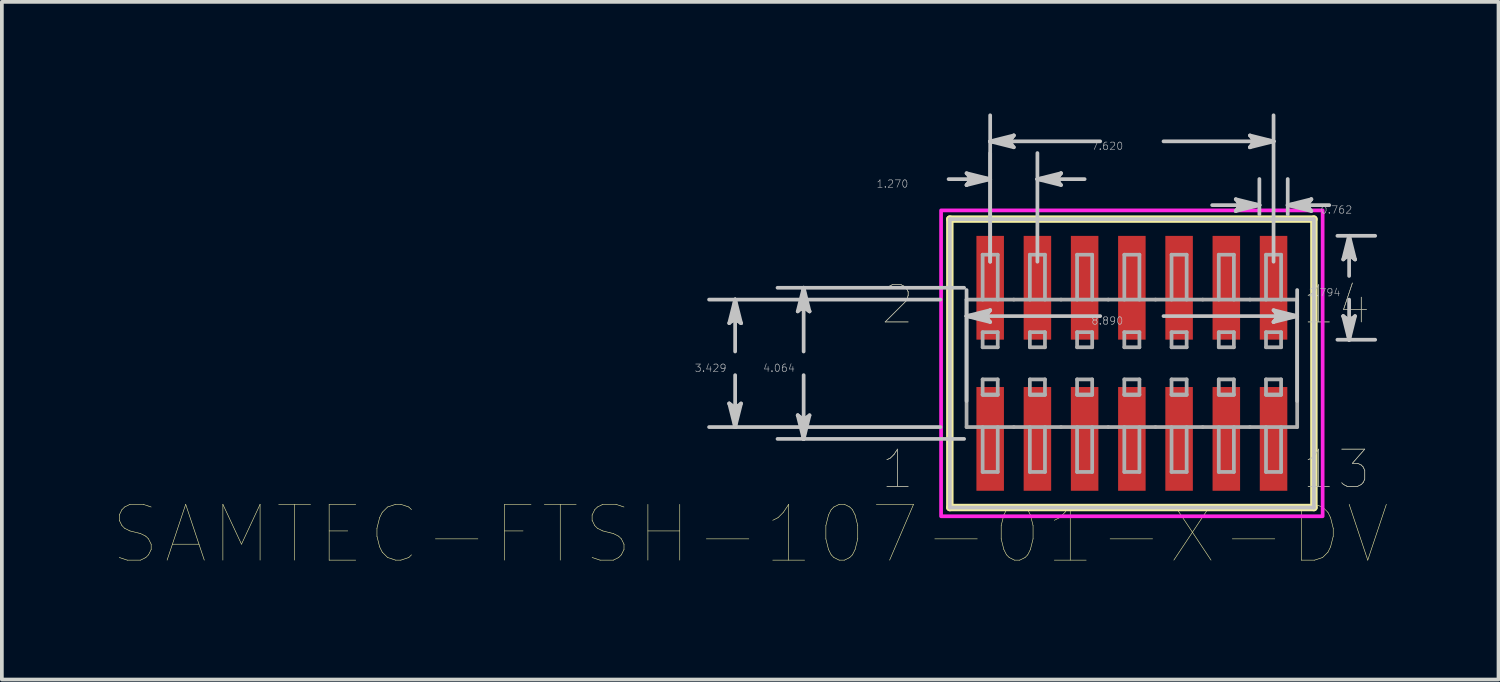
<source format=kicad_pcb>
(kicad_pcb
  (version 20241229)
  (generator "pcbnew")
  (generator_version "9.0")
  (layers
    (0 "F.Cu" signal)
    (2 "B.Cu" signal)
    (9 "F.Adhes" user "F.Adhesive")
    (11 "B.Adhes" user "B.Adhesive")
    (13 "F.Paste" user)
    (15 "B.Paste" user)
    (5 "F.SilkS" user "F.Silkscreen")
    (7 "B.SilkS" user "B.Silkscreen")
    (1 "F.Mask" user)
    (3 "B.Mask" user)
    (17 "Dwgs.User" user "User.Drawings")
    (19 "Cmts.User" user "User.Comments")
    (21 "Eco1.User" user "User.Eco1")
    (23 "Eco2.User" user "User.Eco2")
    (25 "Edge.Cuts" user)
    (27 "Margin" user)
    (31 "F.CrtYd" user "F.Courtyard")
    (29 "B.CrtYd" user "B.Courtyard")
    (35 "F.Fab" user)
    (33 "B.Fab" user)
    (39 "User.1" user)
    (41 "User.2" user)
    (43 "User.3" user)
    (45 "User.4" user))
  (footprint "SAMTEC-FTSH-107-01-X-DV"
    (layer "F.Cu")
    (at 27.386 6.72)
    (property "Reference" "SAMTEC-FTSH-107-01-X-DV" (at -10.264 4.599 0) (layer "F.SilkS") (effects (font (size 1.5 1.5) (thickness 0.015))))
    (attr through_hole)
    (fp_poly (pts (xy -4.231 -3.478) (xy -3.389 -3.478) (xy -3.389 -0.586) (xy -4.231 -0.586)) (stroke (width 0.01) (type solid)) (fill yes) (layer "F.Mask"))
    (fp_poly (pts (xy -4.231 0.586) (xy -3.389 0.586) (xy -3.389 3.478) (xy -4.231 3.478)) (stroke (width 0.01) (type solid)) (fill yes) (layer "F.Mask"))
    (fp_poly (pts (xy -2.961 -3.478) (xy -2.119 -3.478) (xy -2.119 -0.586) (xy -2.961 -0.586)) (stroke (width 0.01) (type solid)) (fill yes) (layer "F.Mask"))
    (fp_poly (pts (xy -2.961 0.586) (xy -2.119 0.586) (xy -2.119 3.478) (xy -2.961 3.478)) (stroke (width 0.01) (type solid)) (fill yes) (layer "F.Mask"))
    (fp_poly (pts (xy -1.691 -3.478) (xy -0.849 -3.478) (xy -0.849 -0.586) (xy -1.691 -0.586)) (stroke (width 0.01) (type solid)) (fill yes) (layer "F.Mask"))
    (fp_poly (pts (xy -1.691 0.586) (xy -0.849 0.586) (xy -0.849 3.478) (xy -1.691 3.478)) (stroke (width 0.01) (type solid)) (fill yes) (layer "F.Mask"))
    (fp_poly (pts (xy -0.421 -3.478) (xy 0.421 -3.478) (xy 0.421 -0.586) (xy -0.421 -0.586)) (stroke (width 0.01) (type solid)) (fill yes) (layer "F.Mask"))
    (fp_poly (pts (xy -0.421 0.586) (xy 0.421 0.586) (xy 0.421 3.478) (xy -0.421 3.478)) (stroke (width 0.01) (type solid)) (fill yes) (layer "F.Mask"))
    (fp_poly (pts (xy 0.849 -3.478) (xy 1.691 -3.478) (xy 1.691 -0.586) (xy 0.849 -0.586)) (stroke (width 0.01) (type solid)) (fill yes) (layer "F.Mask"))
    (fp_poly (pts (xy 0.849 0.586) (xy 1.691 0.586) (xy 1.691 3.478) (xy 0.849 3.478)) (stroke (width 0.01) (type solid)) (fill yes) (layer "F.Mask"))
    (fp_poly (pts (xy 2.119 -3.478) (xy 2.961 -3.478) (xy 2.961 -0.586) (xy 2.119 -0.586)) (stroke (width 0.01) (type solid)) (fill yes) (layer "F.Mask"))
    (fp_poly (pts (xy 2.119 0.586) (xy 2.961 0.586) (xy 2.961 3.478) (xy 2.119 3.478)) (stroke (width 0.01) (type solid)) (fill yes) (layer "F.Mask"))
    (fp_poly (pts (xy 3.389 -3.478) (xy 4.231 -3.478) (xy 4.231 -0.586) (xy 3.389 -0.586)) (stroke (width 0.01) (type solid)) (fill yes) (layer "F.Mask"))
    (fp_poly (pts (xy 3.389 0.586) (xy 4.231 0.586) (xy 4.231 3.478) (xy 3.389 3.478)) (stroke (width 0.01) (type solid)) (fill yes) (layer "F.Mask"))
    (fp_line (start -4.895 -3.878) (end -4.895 3.878) (stroke (width 0.2) (type solid)) (layer "F.SilkS"))
    (fp_line (start -4.895 3.878) (end 4.895 3.878) (stroke (width 0.2) (type solid)) (layer "F.SilkS"))
    (fp_line (start 4.895 -3.878) (end -4.895 -3.878) (stroke (width 0.2) (type solid)) (layer "F.SilkS"))
    (fp_line (start 4.895 3.878) (end 4.895 -3.878) (stroke (width 0.2) (type solid)) (layer "F.SilkS"))
    (fp_poly (pts (xy -4.18 -3.427) (xy -3.44 -3.427) (xy -3.44 -0.637) (xy -4.18 -0.637)) (stroke (width 0.01) (type solid)) (fill yes) (layer "F.Paste"))
    (fp_poly (pts (xy -4.18 0.637) (xy -3.44 0.637) (xy -3.44 3.427) (xy -4.18 3.427)) (stroke (width 0.01) (type solid)) (fill yes) (layer "F.Paste"))
    (fp_poly (pts (xy -2.91 -3.427) (xy -2.17 -3.427) (xy -2.17 -0.637) (xy -2.91 -0.637)) (stroke (width 0.01) (type solid)) (fill yes) (layer "F.Paste"))
    (fp_poly (pts (xy -2.91 0.637) (xy -2.17 0.637) (xy -2.17 3.427) (xy -2.91 3.427)) (stroke (width 0.01) (type solid)) (fill yes) (layer "F.Paste"))
    (fp_poly (pts (xy -1.64 -3.427) (xy -0.9 -3.427) (xy -0.9 -0.637) (xy -1.64 -0.637)) (stroke (width 0.01) (type solid)) (fill yes) (layer "F.Paste"))
    (fp_poly (pts (xy -1.64 0.637) (xy -0.9 0.637) (xy -0.9 3.427) (xy -1.64 3.427)) (stroke (width 0.01) (type solid)) (fill yes) (layer "F.Paste"))
    (fp_poly (pts (xy -0.37 -3.427) (xy 0.37 -3.427) (xy 0.37 -0.637) (xy -0.37 -0.637)) (stroke (width 0.01) (type solid)) (fill yes) (layer "F.Paste"))
    (fp_poly (pts (xy -0.37 0.637) (xy 0.37 0.637) (xy 0.37 3.427) (xy -0.37 3.427)) (stroke (width 0.01) (type solid)) (fill yes) (layer "F.Paste"))
    (fp_poly (pts (xy 0.9 -3.427) (xy 1.64 -3.427) (xy 1.64 -0.637) (xy 0.9 -0.637)) (stroke (width 0.01) (type solid)) (fill yes) (layer "F.Paste"))
    (fp_poly (pts (xy 0.9 0.637) (xy 1.64 0.637) (xy 1.64 3.427) (xy 0.9 3.427)) (stroke (width 0.01) (type solid)) (fill yes) (layer "F.Paste"))
    (fp_poly (pts (xy 2.17 -3.427) (xy 2.91 -3.427) (xy 2.91 -0.637) (xy 2.17 -0.637)) (stroke (width 0.01) (type solid)) (fill yes) (layer "F.Paste"))
    (fp_poly (pts (xy 2.17 0.637) (xy 2.91 0.637) (xy 2.91 3.427) (xy 2.17 3.427)) (stroke (width 0.01) (type solid)) (fill yes) (layer "F.Paste"))
    (fp_poly (pts (xy 3.44 -3.427) (xy 4.18 -3.427) (xy 4.18 -0.637) (xy 3.44 -0.637)) (stroke (width 0.01) (type solid)) (fill yes) (layer "F.Paste"))
    (fp_poly (pts (xy 3.44 0.637) (xy 4.18 0.637) (xy 4.18 3.427) (xy 3.44 3.427)) (stroke (width 0.01) (type solid)) (fill yes) (layer "F.Paste"))
    (fp_line (start -10.827 -1.08) (end -10.668 -1.206) (stroke (width 0.1) (type solid)) (layer "Dwgs.User"))
    (fp_line (start -10.827 1.08) (end -10.668 1.714) (stroke (width 0.1) (type solid)) (layer "Dwgs.User"))
    (fp_line (start -10.747 -1.143) (end -10.668 -1.206) (stroke (width 0.1) (type solid)) (layer "Dwgs.User"))
    (fp_line (start -10.747 1.143) (end -10.827 1.08) (stroke (width 0.1) (type solid)) (layer "Dwgs.User"))
    (fp_line (start -10.668 -1.714) (end -10.827 -1.08) (stroke (width 0.1) (type solid)) (layer "Dwgs.User"))
    (fp_line (start -10.668 -1.714) (end -10.747 -1.143) (stroke (width 0.1) (type solid)) (layer "Dwgs.User"))
    (fp_line (start -10.668 -1.714) (end -10.589 -1.143) (stroke (width 0.1) (type solid)) (layer "Dwgs.User"))
    (fp_line (start -10.668 -1.206) (end -10.668 -1.714) (stroke (width 0.1) (type solid)) (layer "Dwgs.User"))
    (fp_line (start -10.668 -1.206) (end -10.509 -1.08) (stroke (width 0.1) (type solid)) (layer "Dwgs.User"))
    (fp_line (start -10.668 -0.318) (end -10.668 -1.714) (stroke (width 0.1) (type solid)) (layer "Dwgs.User"))
    (fp_line (start -10.668 0.318) (end -10.668 1.714) (stroke (width 0.1) (type solid)) (layer "Dwgs.User"))
    (fp_line (start -10.668 1.206) (end -10.827 1.08) (stroke (width 0.1) (type solid)) (layer "Dwgs.User"))
    (fp_line (start -10.668 1.206) (end -10.668 1.714) (stroke (width 0.1) (type solid)) (layer "Dwgs.User"))
    (fp_line (start -10.668 1.714) (end -10.747 1.143) (stroke (width 0.1) (type solid)) (layer "Dwgs.User"))
    (fp_line (start -10.668 1.714) (end -10.589 1.143) (stroke (width 0.1) (type solid)) (layer "Dwgs.User"))
    (fp_line (start -10.668 1.714) (end -10.509 1.08) (stroke (width 0.1) (type solid)) (layer "Dwgs.User"))
    (fp_line (start -10.589 -1.143) (end -10.509 -1.08) (stroke (width 0.1) (type solid)) (layer "Dwgs.User"))
    (fp_line (start -10.589 1.143) (end -10.668 1.206) (stroke (width 0.1) (type solid)) (layer "Dwgs.User"))
    (fp_line (start -10.509 -1.08) (end -10.668 -1.714) (stroke (width 0.1) (type solid)) (layer "Dwgs.User"))
    (fp_line (start -10.509 1.08) (end -10.668 1.206) (stroke (width 0.1) (type solid)) (layer "Dwgs.User"))
    (fp_line (start -8.985 -1.397) (end -8.826 -1.524) (stroke (width 0.1) (type solid)) (layer "Dwgs.User"))
    (fp_line (start -8.985 1.397) (end -8.826 2.032) (stroke (width 0.1) (type solid)) (layer "Dwgs.User"))
    (fp_line (start -8.906 -1.46) (end -8.826 -1.524) (stroke (width 0.1) (type solid)) (layer "Dwgs.User"))
    (fp_line (start -8.906 1.46) (end -8.985 1.397) (stroke (width 0.1) (type solid)) (layer "Dwgs.User"))
    (fp_line (start -8.826 -2.032) (end -8.985 -1.397) (stroke (width 0.1) (type solid)) (layer "Dwgs.User"))
    (fp_line (start -8.826 -2.032) (end -8.906 -1.46) (stroke (width 0.1) (type solid)) (layer "Dwgs.User"))
    (fp_line (start -8.826 -2.032) (end -8.747 -1.46) (stroke (width 0.1) (type solid)) (layer "Dwgs.User"))
    (fp_line (start -8.826 -1.524) (end -8.826 -2.032) (stroke (width 0.1) (type solid)) (layer "Dwgs.User"))
    (fp_line (start -8.826 -1.524) (end -8.668 -1.397) (stroke (width 0.1) (type solid)) (layer "Dwgs.User"))
    (fp_line (start -8.826 -0.318) (end -8.826 -2.032) (stroke (width 0.1) (type solid)) (layer "Dwgs.User"))
    (fp_line (start -8.826 0.318) (end -8.826 2.032) (stroke (width 0.1) (type solid)) (layer "Dwgs.User"))
    (fp_line (start -8.826 1.524) (end -8.985 1.397) (stroke (width 0.1) (type solid)) (layer "Dwgs.User"))
    (fp_line (start -8.826 1.524) (end -8.826 2.032) (stroke (width 0.1) (type solid)) (layer "Dwgs.User"))
    (fp_line (start -8.826 2.032) (end -8.906 1.46) (stroke (width 0.1) (type solid)) (layer "Dwgs.User"))
    (fp_line (start -8.826 2.032) (end -8.747 1.46) (stroke (width 0.1) (type solid)) (layer "Dwgs.User"))
    (fp_line (start -8.826 2.032) (end -8.668 1.397) (stroke (width 0.1) (type solid)) (layer "Dwgs.User"))
    (fp_line (start -8.747 -1.46) (end -8.668 -1.397) (stroke (width 0.1) (type solid)) (layer "Dwgs.User"))
    (fp_line (start -8.747 1.46) (end -8.826 1.524) (stroke (width 0.1) (type solid)) (layer "Dwgs.User"))
    (fp_line (start -8.668 -1.397) (end -8.826 -2.032) (stroke (width 0.1) (type solid)) (layer "Dwgs.User"))
    (fp_line (start -8.668 1.397) (end -8.826 1.524) (stroke (width 0.1) (type solid)) (layer "Dwgs.User"))
    (fp_line (start -5.146 -1.714) (end -11.369 -1.714) (stroke (width 0.1) (type solid)) (layer "Dwgs.User"))
    (fp_line (start -5.146 1.714) (end -11.369 1.714) (stroke (width 0.1) (type solid)) (layer "Dwgs.User"))
    (fp_line (start -4.928 -4.953) (end -3.81 -4.953) (stroke (width 0.1) (type solid)) (layer "Dwgs.User"))
    (fp_line (start -4.895 -3.878) (end -4.895 3.878) (stroke (width 0.1) (type solid)) (layer "Dwgs.User"))
    (fp_line (start -4.895 3.878) (end 4.895 3.878) (stroke (width 0.1) (type solid)) (layer "Dwgs.User"))
    (fp_line (start -4.511 -2.032) (end -9.528 -2.032) (stroke (width 0.1) (type solid)) (layer "Dwgs.User"))
    (fp_line (start -4.511 2.032) (end -9.528 2.032) (stroke (width 0.1) (type solid)) (layer "Dwgs.User"))
    (fp_line (start -4.445 -5.112) (end -4.318 -4.953) (stroke (width 0.1) (type solid)) (layer "Dwgs.User"))
    (fp_line (start -4.445 -4.794) (end -3.81 -4.953) (stroke (width 0.1) (type solid)) (layer "Dwgs.User"))
    (fp_line (start -4.445 -1.27) (end -3.874 -1.349) (stroke (width 0.1) (type solid)) (layer "Dwgs.User"))
    (fp_line (start -4.445 -1.27) (end -3.874 -1.191) (stroke (width 0.1) (type solid)) (layer "Dwgs.User"))
    (fp_line (start -4.445 -1.27) (end -3.81 -1.111) (stroke (width 0.1) (type solid)) (layer "Dwgs.User"))
    (fp_line (start -4.445 1.013) (end -4.445 -1.971) (stroke (width 0.1) (type solid)) (layer "Dwgs.User"))
    (fp_line (start -4.382 -5.032) (end -4.318 -4.953) (stroke (width 0.1) (type solid)) (layer "Dwgs.User"))
    (fp_line (start -4.382 -4.874) (end -4.445 -4.794) (stroke (width 0.1) (type solid)) (layer "Dwgs.User"))
    (fp_line (start -4.318 -4.953) (end -4.445 -4.794) (stroke (width 0.1) (type solid)) (layer "Dwgs.User"))
    (fp_line (start -4.318 -4.953) (end -3.81 -4.953) (stroke (width 0.1) (type solid)) (layer "Dwgs.User"))
    (fp_line (start -3.937 -1.27) (end -4.445 -1.27) (stroke (width 0.1) (type solid)) (layer "Dwgs.User"))
    (fp_line (start -3.937 -1.27) (end -3.81 -1.429) (stroke (width 0.1) (type solid)) (layer "Dwgs.User"))
    (fp_line (start -3.874 -1.349) (end -3.81 -1.429) (stroke (width 0.1) (type solid)) (layer "Dwgs.User"))
    (fp_line (start -3.874 -1.191) (end -3.937 -1.27) (stroke (width 0.1) (type solid)) (layer "Dwgs.User"))
    (fp_line (start -3.81 -5.969) (end -3.238 -6.048) (stroke (width 0.1) (type solid)) (layer "Dwgs.User"))
    (fp_line (start -3.81 -5.969) (end -3.238 -5.89) (stroke (width 0.1) (type solid)) (layer "Dwgs.User"))
    (fp_line (start -3.81 -5.969) (end -3.175 -5.81) (stroke (width 0.1) (type solid)) (layer "Dwgs.User"))
    (fp_line (start -3.81 -4.953) (end -4.445 -5.112) (stroke (width 0.1) (type solid)) (layer "Dwgs.User"))
    (fp_line (start -3.81 -4.953) (end -4.382 -5.032) (stroke (width 0.1) (type solid)) (layer "Dwgs.User"))
    (fp_line (start -3.81 -4.953) (end -4.382 -4.874) (stroke (width 0.1) (type solid)) (layer "Dwgs.User"))
    (fp_line (start -3.81 -2.733) (end -3.81 -6.67) (stroke (width 0.1) (type solid)) (layer "Dwgs.User"))
    (fp_line (start -3.81 -2.733) (end -3.81 -5.654) (stroke (width 0.1) (type solid)) (layer "Dwgs.User"))
    (fp_line (start -3.81 -1.429) (end -4.445 -1.27) (stroke (width 0.1) (type solid)) (layer "Dwgs.User"))
    (fp_line (start -3.81 -1.111) (end -3.937 -1.27) (stroke (width 0.1) (type solid)) (layer "Dwgs.User"))
    (fp_line (start -3.302 -5.969) (end -3.81 -5.969) (stroke (width 0.1) (type solid)) (layer "Dwgs.User"))
    (fp_line (start -3.302 -5.969) (end -3.175 -6.128) (stroke (width 0.1) (type solid)) (layer "Dwgs.User"))
    (fp_line (start -3.238 -6.048) (end -3.175 -6.128) (stroke (width 0.1) (type solid)) (layer "Dwgs.User"))
    (fp_line (start -3.238 -5.89) (end -3.302 -5.969) (stroke (width 0.1) (type solid)) (layer "Dwgs.User"))
    (fp_line (start -3.175 -6.128) (end -3.81 -5.969) (stroke (width 0.1) (type solid)) (layer "Dwgs.User"))
    (fp_line (start -3.175 -5.81) (end -3.302 -5.969) (stroke (width 0.1) (type solid)) (layer "Dwgs.User"))
    (fp_line (start -2.54 -4.953) (end -1.968 -5.032) (stroke (width 0.1) (type solid)) (layer "Dwgs.User"))
    (fp_line (start -2.54 -4.953) (end -1.968 -4.874) (stroke (width 0.1) (type solid)) (layer "Dwgs.User"))
    (fp_line (start -2.54 -4.953) (end -1.905 -4.794) (stroke (width 0.1) (type solid)) (layer "Dwgs.User"))
    (fp_line (start -2.54 -2.733) (end -2.54 -5.654) (stroke (width 0.1) (type solid)) (layer "Dwgs.User"))
    (fp_line (start -2.032 -4.953) (end -2.54 -4.953) (stroke (width 0.1) (type solid)) (layer "Dwgs.User"))
    (fp_line (start -2.032 -4.953) (end -1.905 -5.112) (stroke (width 0.1) (type solid)) (layer "Dwgs.User"))
    (fp_line (start -1.968 -5.032) (end -1.905 -5.112) (stroke (width 0.1) (type solid)) (layer "Dwgs.User"))
    (fp_line (start -1.968 -4.874) (end -2.032 -4.953) (stroke (width 0.1) (type solid)) (layer "Dwgs.User"))
    (fp_line (start -1.905 -5.112) (end -2.54 -4.953) (stroke (width 0.1) (type solid)) (layer "Dwgs.User"))
    (fp_line (start -1.905 -4.794) (end -2.032 -4.953) (stroke (width 0.1) (type solid)) (layer "Dwgs.User"))
    (fp_line (start -1.27 -4.953) (end -2.54 -4.953) (stroke (width 0.1) (type solid)) (layer "Dwgs.User"))
    (fp_line (start -0.851 -5.969) (end -3.81 -5.969) (stroke (width 0.1) (type solid)) (layer "Dwgs.User"))
    (fp_line (start -0.851 -1.27) (end -4.445 -1.27) (stroke (width 0.1) (type solid)) (layer "Dwgs.User"))
    (fp_line (start 0.851 -5.969) (end 3.81 -5.969) (stroke (width 0.1) (type solid)) (layer "Dwgs.User"))
    (fp_line (start 0.851 -1.27) (end 4.445 -1.27) (stroke (width 0.1) (type solid)) (layer "Dwgs.User"))
    (fp_line (start 2.159 -4.254) (end 3.429 -4.254) (stroke (width 0.1) (type solid)) (layer "Dwgs.User"))
    (fp_line (start 2.794 -4.413) (end 2.921 -4.254) (stroke (width 0.1) (type solid)) (layer "Dwgs.User"))
    (fp_line (start 2.794 -4.096) (end 3.429 -4.254) (stroke (width 0.1) (type solid)) (layer "Dwgs.User"))
    (fp_line (start 2.858 -4.334) (end 2.921 -4.254) (stroke (width 0.1) (type solid)) (layer "Dwgs.User"))
    (fp_line (start 2.858 -4.175) (end 2.794 -4.096) (stroke (width 0.1) (type solid)) (layer "Dwgs.User"))
    (fp_line (start 2.921 -4.254) (end 2.794 -4.096) (stroke (width 0.1) (type solid)) (layer "Dwgs.User"))
    (fp_line (start 2.921 -4.254) (end 3.429 -4.254) (stroke (width 0.1) (type solid)) (layer "Dwgs.User"))
    (fp_line (start 3.175 -6.128) (end 3.302 -5.969) (stroke (width 0.1) (type solid)) (layer "Dwgs.User"))
    (fp_line (start 3.175 -5.81) (end 3.81 -5.969) (stroke (width 0.1) (type solid)) (layer "Dwgs.User"))
    (fp_line (start 3.238 -6.048) (end 3.302 -5.969) (stroke (width 0.1) (type solid)) (layer "Dwgs.User"))
    (fp_line (start 3.238 -5.89) (end 3.175 -5.81) (stroke (width 0.1) (type solid)) (layer "Dwgs.User"))
    (fp_line (start 3.302 -5.969) (end 3.175 -5.81) (stroke (width 0.1) (type solid)) (layer "Dwgs.User"))
    (fp_line (start 3.302 -5.969) (end 3.81 -5.969) (stroke (width 0.1) (type solid)) (layer "Dwgs.User"))
    (fp_line (start 3.429 -4.254) (end 2.794 -4.413) (stroke (width 0.1) (type solid)) (layer "Dwgs.User"))
    (fp_line (start 3.429 -4.254) (end 2.858 -4.334) (stroke (width 0.1) (type solid)) (layer "Dwgs.User"))
    (fp_line (start 3.429 -4.254) (end 2.858 -4.175) (stroke (width 0.1) (type solid)) (layer "Dwgs.User"))
    (fp_line (start 3.429 -4.003) (end 3.429 -4.956) (stroke (width 0.1) (type solid)) (layer "Dwgs.User"))
    (fp_line (start 3.81 -5.969) (end 3.175 -6.128) (stroke (width 0.1) (type solid)) (layer "Dwgs.User"))
    (fp_line (start 3.81 -5.969) (end 3.238 -6.048) (stroke (width 0.1) (type solid)) (layer "Dwgs.User"))
    (fp_line (start 3.81 -5.969) (end 3.238 -5.89) (stroke (width 0.1) (type solid)) (layer "Dwgs.User"))
    (fp_line (start 3.81 -2.733) (end 3.81 -6.67) (stroke (width 0.1) (type solid)) (layer "Dwgs.User"))
    (fp_line (start 3.81 -1.429) (end 3.937 -1.27) (stroke (width 0.1) (type solid)) (layer "Dwgs.User"))
    (fp_line (start 3.81 -1.111) (end 4.445 -1.27) (stroke (width 0.1) (type solid)) (layer "Dwgs.User"))
    (fp_line (start 3.874 -1.349) (end 3.937 -1.27) (stroke (width 0.1) (type solid)) (layer "Dwgs.User"))
    (fp_line (start 3.874 -1.191) (end 3.81 -1.111) (stroke (width 0.1) (type solid)) (layer "Dwgs.User"))
    (fp_line (start 3.937 -1.27) (end 3.81 -1.111) (stroke (width 0.1) (type solid)) (layer "Dwgs.User"))
    (fp_line (start 3.937 -1.27) (end 4.445 -1.27) (stroke (width 0.1) (type solid)) (layer "Dwgs.User"))
    (fp_line (start 4.191 -4.254) (end 4.762 -4.334) (stroke (width 0.1) (type solid)) (layer "Dwgs.User"))
    (fp_line (start 4.191 -4.254) (end 4.762 -4.175) (stroke (width 0.1) (type solid)) (layer "Dwgs.User"))
    (fp_line (start 4.191 -4.254) (end 4.826 -4.096) (stroke (width 0.1) (type solid)) (layer "Dwgs.User"))
    (fp_line (start 4.191 -4.003) (end 4.191 -4.956) (stroke (width 0.1) (type solid)) (layer "Dwgs.User"))
    (fp_line (start 4.445 -1.27) (end 3.81 -1.429) (stroke (width 0.1) (type solid)) (layer "Dwgs.User"))
    (fp_line (start 4.445 -1.27) (end 3.874 -1.349) (stroke (width 0.1) (type solid)) (layer "Dwgs.User"))
    (fp_line (start 4.445 -1.27) (end 3.874 -1.191) (stroke (width 0.1) (type solid)) (layer "Dwgs.User"))
    (fp_line (start 4.445 1.013) (end 4.445 -1.971) (stroke (width 0.1) (type solid)) (layer "Dwgs.User"))
    (fp_line (start 4.699 -4.254) (end 4.191 -4.254) (stroke (width 0.1) (type solid)) (layer "Dwgs.User"))
    (fp_line (start 4.699 -4.254) (end 4.826 -4.413) (stroke (width 0.1) (type solid)) (layer "Dwgs.User"))
    (fp_line (start 4.762 -4.334) (end 4.826 -4.413) (stroke (width 0.1) (type solid)) (layer "Dwgs.User"))
    (fp_line (start 4.762 -4.175) (end 4.699 -4.254) (stroke (width 0.1) (type solid)) (layer "Dwgs.User"))
    (fp_line (start 4.826 -4.413) (end 4.191 -4.254) (stroke (width 0.1) (type solid)) (layer "Dwgs.User"))
    (fp_line (start 4.826 -4.096) (end 4.699 -4.254) (stroke (width 0.1) (type solid)) (layer "Dwgs.User"))
    (fp_line (start 4.895 -3.878) (end -4.895 -3.878) (stroke (width 0.1) (type solid)) (layer "Dwgs.User"))
    (fp_line (start 4.895 3.878) (end 4.895 -3.878) (stroke (width 0.1) (type solid)) (layer "Dwgs.User"))
    (fp_line (start 5.309 -4.254) (end 4.191 -4.254) (stroke (width 0.1) (type solid)) (layer "Dwgs.User"))
    (fp_line (start 5.527 -3.429) (end 6.543 -3.429) (stroke (width 0.1) (type solid)) (layer "Dwgs.User"))
    (fp_line (start 5.527 -0.635) (end 6.543 -0.635) (stroke (width 0.1) (type solid)) (layer "Dwgs.User"))
    (fp_line (start 5.683 -2.794) (end 5.842 -2.921) (stroke (width 0.1) (type solid)) (layer "Dwgs.User"))
    (fp_line (start 5.683 -1.27) (end 5.842 -0.635) (stroke (width 0.1) (type solid)) (layer "Dwgs.User"))
    (fp_line (start 5.763 -2.858) (end 5.842 -2.921) (stroke (width 0.1) (type solid)) (layer "Dwgs.User"))
    (fp_line (start 5.763 -1.206) (end 5.683 -1.27) (stroke (width 0.1) (type solid)) (layer "Dwgs.User"))
    (fp_line (start 5.842 -3.429) (end 5.683 -2.794) (stroke (width 0.1) (type solid)) (layer "Dwgs.User"))
    (fp_line (start 5.842 -3.429) (end 5.763 -2.858) (stroke (width 0.1) (type solid)) (layer "Dwgs.User"))
    (fp_line (start 5.842 -3.429) (end 5.921 -2.858) (stroke (width 0.1) (type solid)) (layer "Dwgs.User"))
    (fp_line (start 5.842 -2.921) (end 5.842 -3.429) (stroke (width 0.1) (type solid)) (layer "Dwgs.User"))
    (fp_line (start 5.842 -2.921) (end 6.001 -2.794) (stroke (width 0.1) (type solid)) (layer "Dwgs.User"))
    (fp_line (start 5.842 -2.35) (end 5.842 -3.429) (stroke (width 0.1) (type solid)) (layer "Dwgs.User"))
    (fp_line (start 5.842 -1.714) (end 5.842 -0.635) (stroke (width 0.1) (type solid)) (layer "Dwgs.User"))
    (fp_line (start 5.842 -1.143) (end 5.683 -1.27) (stroke (width 0.1) (type solid)) (layer "Dwgs.User"))
    (fp_line (start 5.842 -1.143) (end 5.842 -0.635) (stroke (width 0.1) (type solid)) (layer "Dwgs.User"))
    (fp_line (start 5.842 -0.635) (end 5.763 -1.206) (stroke (width 0.1) (type solid)) (layer "Dwgs.User"))
    (fp_line (start 5.842 -0.635) (end 5.921 -1.206) (stroke (width 0.1) (type solid)) (layer "Dwgs.User"))
    (fp_line (start 5.842 -0.635) (end 6.001 -1.27) (stroke (width 0.1) (type solid)) (layer "Dwgs.User"))
    (fp_line (start 5.921 -2.858) (end 6.001 -2.794) (stroke (width 0.1) (type solid)) (layer "Dwgs.User"))
    (fp_line (start 5.921 -1.206) (end 5.842 -1.143) (stroke (width 0.1) (type solid)) (layer "Dwgs.User"))
    (fp_line (start 6.001 -2.794) (end 5.842 -3.429) (stroke (width 0.1) (type solid)) (layer "Dwgs.User"))
    (fp_line (start 6.001 -1.27) (end 5.842 -1.143) (stroke (width 0.1) (type solid)) (layer "Dwgs.User"))
    (fp_poly (pts (xy -5.13 4.113) (xy -5.13 -4.113) (xy 5.13 -4.113) (xy 5.13 4.113) (xy -5.13 4.113)) (stroke (width 0.1) (type solid)) (fill no) (layer "F.CrtYd"))
    (fp_line (start -4.445 -1.714) (end -4.445 1.714) (stroke (width 0.1) (type solid)) (layer "F.Fab"))
    (fp_line (start -4.445 1.714) (end -3.175 1.714) (stroke (width 0.1) (type solid)) (layer "F.Fab"))
    (fp_line (start -4.013 -1.714) (end -4.013 -2.921) (stroke (width 0.1) (type solid)) (layer "F.Fab"))
    (fp_line (start -4.013 -0.432) (end -4.013 -0.838) (stroke (width 0.1) (type solid)) (layer "F.Fab"))
    (fp_line (start -4.013 0.838) (end -4.013 0.432) (stroke (width 0.1) (type solid)) (layer "F.Fab"))
    (fp_line (start -4.013 0.851) (end -3.607 0.851) (stroke (width 0.1) (type solid)) (layer "F.Fab"))
    (fp_line (start -4.013 2.921) (end -4.013 1.714) (stroke (width 0.1) (type solid)) (layer "F.Fab"))
    (fp_line (start -3.607 -2.921) (end -4.013 -2.921) (stroke (width 0.1) (type solid)) (layer "F.Fab"))
    (fp_line (start -3.607 -2.921) (end -3.607 -1.714) (stroke (width 0.1) (type solid)) (layer "F.Fab"))
    (fp_line (start -3.607 -0.838) (end -4.013 -0.838) (stroke (width 0.1) (type solid)) (layer "F.Fab"))
    (fp_line (start -3.607 -0.432) (end -4.013 -0.432) (stroke (width 0.1) (type solid)) (layer "F.Fab"))
    (fp_line (start -3.607 -0.432) (end -3.607 -0.838) (stroke (width 0.1) (type solid)) (layer "F.Fab"))
    (fp_line (start -3.607 0.432) (end -4.013 0.432) (stroke (width 0.1) (type solid)) (layer "F.Fab"))
    (fp_line (start -3.607 0.838) (end -4.013 0.838) (stroke (width 0.1) (type solid)) (layer "F.Fab"))
    (fp_line (start -3.607 0.838) (end -3.607 0.432) (stroke (width 0.1) (type solid)) (layer "F.Fab"))
    (fp_line (start -3.607 1.714) (end -3.607 2.921) (stroke (width 0.1) (type solid)) (layer "F.Fab"))
    (fp_line (start -3.607 2.921) (end -4.013 2.921) (stroke (width 0.1) (type solid)) (layer "F.Fab"))
    (fp_line (start -3.175 -1.714) (end -4.445 -1.714) (stroke (width 0.1) (type solid)) (layer "F.Fab"))
    (fp_line (start -3.175 1.714) (end -1.905 1.714) (stroke (width 0.1) (type solid)) (layer "F.Fab"))
    (fp_line (start -2.743 -1.714) (end -2.743 -2.921) (stroke (width 0.1) (type solid)) (layer "F.Fab"))
    (fp_line (start -2.743 -0.432) (end -2.743 -0.838) (stroke (width 0.1) (type solid)) (layer "F.Fab"))
    (fp_line (start -2.743 0.838) (end -2.743 0.432) (stroke (width 0.1) (type solid)) (layer "F.Fab"))
    (fp_line (start -2.743 0.851) (end -2.337 0.851) (stroke (width 0.1) (type solid)) (layer "F.Fab"))
    (fp_line (start -2.743 2.921) (end -2.743 1.714) (stroke (width 0.1) (type solid)) (layer "F.Fab"))
    (fp_line (start -2.337 -2.921) (end -2.743 -2.921) (stroke (width 0.1) (type solid)) (layer "F.Fab"))
    (fp_line (start -2.337 -2.921) (end -2.337 -1.714) (stroke (width 0.1) (type solid)) (layer "F.Fab"))
    (fp_line (start -2.337 -0.838) (end -2.743 -0.838) (stroke (width 0.1) (type solid)) (layer "F.Fab"))
    (fp_line (start -2.337 -0.432) (end -2.743 -0.432) (stroke (width 0.1) (type solid)) (layer "F.Fab"))
    (fp_line (start -2.337 -0.432) (end -2.337 -0.838) (stroke (width 0.1) (type solid)) (layer "F.Fab"))
    (fp_line (start -2.337 0.432) (end -2.743 0.432) (stroke (width 0.1) (type solid)) (layer "F.Fab"))
    (fp_line (start -2.337 0.838) (end -2.743 0.838) (stroke (width 0.1) (type solid)) (layer "F.Fab"))
    (fp_line (start -2.337 0.838) (end -2.337 0.432) (stroke (width 0.1) (type solid)) (layer "F.Fab"))
    (fp_line (start -2.337 1.714) (end -2.337 2.921) (stroke (width 0.1) (type solid)) (layer "F.Fab"))
    (fp_line (start -2.337 2.921) (end -2.743 2.921) (stroke (width 0.1) (type solid)) (layer "F.Fab"))
    (fp_line (start -1.905 -1.714) (end -3.175 -1.714) (stroke (width 0.1) (type solid)) (layer "F.Fab"))
    (fp_line (start -1.905 1.714) (end -0.635 1.714) (stroke (width 0.1) (type solid)) (layer "F.Fab"))
    (fp_line (start -1.473 -1.714) (end -1.473 -2.921) (stroke (width 0.1) (type solid)) (layer "F.Fab"))
    (fp_line (start -1.473 -0.432) (end -1.473 -0.838) (stroke (width 0.1) (type solid)) (layer "F.Fab"))
    (fp_line (start -1.473 0.838) (end -1.473 0.432) (stroke (width 0.1) (type solid)) (layer "F.Fab"))
    (fp_line (start -1.473 0.851) (end -1.067 0.851) (stroke (width 0.1) (type solid)) (layer "F.Fab"))
    (fp_line (start -1.473 2.921) (end -1.473 1.714) (stroke (width 0.1) (type solid)) (layer "F.Fab"))
    (fp_line (start -1.067 -2.921) (end -1.473 -2.921) (stroke (width 0.1) (type solid)) (layer "F.Fab"))
    (fp_line (start -1.067 -2.921) (end -1.067 -1.714) (stroke (width 0.1) (type solid)) (layer "F.Fab"))
    (fp_line (start -1.067 -0.838) (end -1.473 -0.838) (stroke (width 0.1) (type solid)) (layer "F.Fab"))
    (fp_line (start -1.067 -0.432) (end -1.473 -0.432) (stroke (width 0.1) (type solid)) (layer "F.Fab"))
    (fp_line (start -1.067 -0.432) (end -1.067 -0.838) (stroke (width 0.1) (type solid)) (layer "F.Fab"))
    (fp_line (start -1.067 0.432) (end -1.473 0.432) (stroke (width 0.1) (type solid)) (layer "F.Fab"))
    (fp_line (start -1.067 0.838) (end -1.473 0.838) (stroke (width 0.1) (type solid)) (layer "F.Fab"))
    (fp_line (start -1.067 0.838) (end -1.067 0.432) (stroke (width 0.1) (type solid)) (layer "F.Fab"))
    (fp_line (start -1.067 1.714) (end -1.067 2.921) (stroke (width 0.1) (type solid)) (layer "F.Fab"))
    (fp_line (start -1.067 2.921) (end -1.473 2.921) (stroke (width 0.1) (type solid)) (layer "F.Fab"))
    (fp_line (start -0.635 -1.714) (end -1.905 -1.714) (stroke (width 0.1) (type solid)) (layer "F.Fab"))
    (fp_line (start -0.635 1.714) (end 0.635 1.714) (stroke (width 0.1) (type solid)) (layer "F.Fab"))
    (fp_line (start -0.203 -1.714) (end -0.203 -2.921) (stroke (width 0.1) (type solid)) (layer "F.Fab"))
    (fp_line (start -0.203 -0.432) (end -0.203 -0.838) (stroke (width 0.1) (type solid)) (layer "F.Fab"))
    (fp_line (start -0.203 0.838) (end -0.203 0.432) (stroke (width 0.1) (type solid)) (layer "F.Fab"))
    (fp_line (start -0.203 0.851) (end 0.203 0.851) (stroke (width 0.1) (type solid)) (layer "F.Fab"))
    (fp_line (start -0.203 2.921) (end -0.203 1.714) (stroke (width 0.1) (type solid)) (layer "F.Fab"))
    (fp_line (start 0.203 -2.921) (end -0.203 -2.921) (stroke (width 0.1) (type solid)) (layer "F.Fab"))
    (fp_line (start 0.203 -2.921) (end 0.203 -1.714) (stroke (width 0.1) (type solid)) (layer "F.Fab"))
    (fp_line (start 0.203 -0.838) (end -0.203 -0.838) (stroke (width 0.1) (type solid)) (layer "F.Fab"))
    (fp_line (start 0.203 -0.432) (end -0.203 -0.432) (stroke (width 0.1) (type solid)) (layer "F.Fab"))
    (fp_line (start 0.203 -0.432) (end 0.203 -0.838) (stroke (width 0.1) (type solid)) (layer "F.Fab"))
    (fp_line (start 0.203 0.432) (end -0.203 0.432) (stroke (width 0.1) (type solid)) (layer "F.Fab"))
    (fp_line (start 0.203 0.838) (end -0.203 0.838) (stroke (width 0.1) (type solid)) (layer "F.Fab"))
    (fp_line (start 0.203 0.838) (end 0.203 0.432) (stroke (width 0.1) (type solid)) (layer "F.Fab"))
    (fp_line (start 0.203 1.714) (end 0.203 2.921) (stroke (width 0.1) (type solid)) (layer "F.Fab"))
    (fp_line (start 0.203 2.921) (end -0.203 2.921) (stroke (width 0.1) (type solid)) (layer "F.Fab"))
    (fp_line (start 0.635 -1.714) (end -0.635 -1.714) (stroke (width 0.1) (type solid)) (layer "F.Fab"))
    (fp_line (start 0.635 1.714) (end 1.905 1.714) (stroke (width 0.1) (type solid)) (layer "F.Fab"))
    (fp_line (start 1.067 -1.714) (end 1.067 -2.921) (stroke (width 0.1) (type solid)) (layer "F.Fab"))
    (fp_line (start 1.067 -0.432) (end 1.067 -0.838) (stroke (width 0.1) (type solid)) (layer "F.Fab"))
    (fp_line (start 1.067 0.838) (end 1.067 0.432) (stroke (width 0.1) (type solid)) (layer "F.Fab"))
    (fp_line (start 1.067 0.851) (end 1.473 0.851) (stroke (width 0.1) (type solid)) (layer "F.Fab"))
    (fp_line (start 1.067 2.921) (end 1.067 1.714) (stroke (width 0.1) (type solid)) (layer "F.Fab"))
    (fp_line (start 1.473 -2.921) (end 1.067 -2.921) (stroke (width 0.1) (type solid)) (layer "F.Fab"))
    (fp_line (start 1.473 -2.921) (end 1.473 -1.714) (stroke (width 0.1) (type solid)) (layer "F.Fab"))
    (fp_line (start 1.473 -0.838) (end 1.067 -0.838) (stroke (width 0.1) (type solid)) (layer "F.Fab"))
    (fp_line (start 1.473 -0.432) (end 1.067 -0.432) (stroke (width 0.1) (type solid)) (layer "F.Fab"))
    (fp_line (start 1.473 -0.432) (end 1.473 -0.838) (stroke (width 0.1) (type solid)) (layer "F.Fab"))
    (fp_line (start 1.473 0.432) (end 1.067 0.432) (stroke (width 0.1) (type solid)) (layer "F.Fab"))
    (fp_line (start 1.473 0.838) (end 1.067 0.838) (stroke (width 0.1) (type solid)) (layer "F.Fab"))
    (fp_line (start 1.473 0.838) (end 1.473 0.432) (stroke (width 0.1) (type solid)) (layer "F.Fab"))
    (fp_line (start 1.473 1.714) (end 1.473 2.921) (stroke (width 0.1) (type solid)) (layer "F.Fab"))
    (fp_line (start 1.473 2.921) (end 1.067 2.921) (stroke (width 0.1) (type solid)) (layer "F.Fab"))
    (fp_line (start 1.905 -1.714) (end 0.635 -1.714) (stroke (width 0.1) (type solid)) (layer "F.Fab"))
    (fp_line (start 1.905 1.714) (end 3.175 1.714) (stroke (width 0.1) (type solid)) (layer "F.Fab"))
    (fp_line (start 2.337 -1.714) (end 2.337 -2.921) (stroke (width 0.1) (type solid)) (layer "F.Fab"))
    (fp_line (start 2.337 -0.432) (end 2.337 -0.838) (stroke (width 0.1) (type solid)) (layer "F.Fab"))
    (fp_line (start 2.337 0.838) (end 2.337 0.432) (stroke (width 0.1) (type solid)) (layer "F.Fab"))
    (fp_line (start 2.337 0.851) (end 2.743 0.851) (stroke (width 0.1) (type solid)) (layer "F.Fab"))
    (fp_line (start 2.337 2.921) (end 2.337 1.714) (stroke (width 0.1) (type solid)) (layer "F.Fab"))
    (fp_line (start 2.743 -2.921) (end 2.337 -2.921) (stroke (width 0.1) (type solid)) (layer "F.Fab"))
    (fp_line (start 2.743 -2.921) (end 2.743 -1.714) (stroke (width 0.1) (type solid)) (layer "F.Fab"))
    (fp_line (start 2.743 -0.838) (end 2.337 -0.838) (stroke (width 0.1) (type solid)) (layer "F.Fab"))
    (fp_line (start 2.743 -0.432) (end 2.337 -0.432) (stroke (width 0.1) (type solid)) (layer "F.Fab"))
    (fp_line (start 2.743 -0.432) (end 2.743 -0.838) (stroke (width 0.1) (type solid)) (layer "F.Fab"))
    (fp_line (start 2.743 0.432) (end 2.337 0.432) (stroke (width 0.1) (type solid)) (layer "F.Fab"))
    (fp_line (start 2.743 0.838) (end 2.337 0.838) (stroke (width 0.1) (type solid)) (layer "F.Fab"))
    (fp_line (start 2.743 0.838) (end 2.743 0.432) (stroke (width 0.1) (type solid)) (layer "F.Fab"))
    (fp_line (start 2.743 1.714) (end 2.743 2.921) (stroke (width 0.1) (type solid)) (layer "F.Fab"))
    (fp_line (start 2.743 2.921) (end 2.337 2.921) (stroke (width 0.1) (type solid)) (layer "F.Fab"))
    (fp_line (start 3.175 -1.714) (end 1.905 -1.714) (stroke (width 0.1) (type solid)) (layer "F.Fab"))
    (fp_line (start 3.175 1.714) (end 4.445 1.714) (stroke (width 0.1) (type solid)) (layer "F.Fab"))
    (fp_line (start 3.607 -1.714) (end 3.607 -2.921) (stroke (width 0.1) (type solid)) (layer "F.Fab"))
    (fp_line (start 3.607 -0.432) (end 3.607 -0.838) (stroke (width 0.1) (type solid)) (layer "F.Fab"))
    (fp_line (start 3.607 0.838) (end 3.607 0.432) (stroke (width 0.1) (type solid)) (layer "F.Fab"))
    (fp_line (start 3.607 0.851) (end 4.013 0.851) (stroke (width 0.1) (type solid)) (layer "F.Fab"))
    (fp_line (start 3.607 2.921) (end 3.607 1.714) (stroke (width 0.1) (type solid)) (layer "F.Fab"))
    (fp_line (start 4.013 -2.921) (end 3.607 -2.921) (stroke (width 0.1) (type solid)) (layer "F.Fab"))
    (fp_line (start 4.013 -2.921) (end 4.013 -1.714) (stroke (width 0.1) (type solid)) (layer "F.Fab"))
    (fp_line (start 4.013 -0.838) (end 3.607 -0.838) (stroke (width 0.1) (type solid)) (layer "F.Fab"))
    (fp_line (start 4.013 -0.432) (end 3.607 -0.432) (stroke (width 0.1) (type solid)) (layer "F.Fab"))
    (fp_line (start 4.013 -0.432) (end 4.013 -0.838) (stroke (width 0.1) (type solid)) (layer "F.Fab"))
    (fp_line (start 4.013 0.432) (end 3.607 0.432) (stroke (width 0.1) (type solid)) (layer "F.Fab"))
    (fp_line (start 4.013 0.838) (end 3.607 0.838) (stroke (width 0.1) (type solid)) (layer "F.Fab"))
    (fp_line (start 4.013 0.838) (end 4.013 0.432) (stroke (width 0.1) (type solid)) (layer "F.Fab"))
    (fp_line (start 4.013 1.714) (end 4.013 2.921) (stroke (width 0.1) (type solid)) (layer "F.Fab"))
    (fp_line (start 4.013 2.921) (end 3.607 2.921) (stroke (width 0.1) (type solid)) (layer "F.Fab"))
    (fp_line (start 4.445 -1.714) (end 3.175 -1.714) (stroke (width 0.1) (type solid)) (layer "F.Fab"))
    (fp_line (start 4.445 1.714) (end 4.445 -1.714) (stroke (width 0.1) (type solid)) (layer "F.Fab"))
    (fp_text user "1" (at -6.301 2.845 0) (layer "F.SilkS") (effects (font (size 1 1) (thickness 0.015))))
    (fp_text user "2" (at -6.301 -1.575 0) (layer "F.SilkS") (effects (font (size 1 1) (thickness 0.015))))
    (fp_text user "14" (at 5.501 -1.575 0) (layer "F.SilkS") (effects (font (size 1 1) (thickness 0.015))))
    (fp_text user "13" (at 5.501 2.845 0) (layer "F.SilkS") (effects (font (size 1 1) (thickness 0.015))))
    (fp_text user "0.762" (at 5.499 -4.128 0) (layer "Dwgs.User") (effects (font (size 0.2 0.2) (thickness 0.015))))
    (fp_text user "4.064" (at -9.487 0.127 0) (layer "Dwgs.User") (effects (font (size 0.2 0.2) (thickness 0.015))))
    (fp_text user "3.429" (at -11.328 0.127 0) (layer "Dwgs.User") (effects (font (size 0.2 0.2) (thickness 0.015))))
    (fp_text user "7.620" (at -0.66 -5.842 0) (layer "Dwgs.User") (effects (font (size 0.2 0.2) (thickness 0.015))))
    (fp_text user "1.270" (at -6.439 -4.826 0) (layer "Dwgs.User") (effects (font (size 0.2 0.2) (thickness 0.015))))
    (fp_text user "2.794" (at 5.182 -1.905 0) (layer "Dwgs.User") (effects (font (size 0.2 0.2) (thickness 0.015))))
    (fp_text user "8.890" (at -0.66 -1.143 0) (layer "Dwgs.User") (effects (font (size 0.2 0.2) (thickness 0.015))))
    (fp_text user "13" (at 5.501 2.845 0) (layer "F.Fab") (effects (font (size 1 1) (thickness 0.015))))
    (fp_text user "1" (at -6.301 2.845 0) (layer "F.Fab") (effects (font (size 1 1) (thickness 0.015))))
    (fp_text user "2" (at -6.301 -1.575 0) (layer "F.Fab") (effects (font (size 1 1) (thickness 0.015))))
    (fp_text user "14" (at 5.501 -1.575 0) (layer "F.Fab") (effects (font (size 1 1) (thickness 0.015))))
    (pad "1" smd rect (at -3.81 2.032) (size 0.74 2.79) (layers "F.Cu" "F.Paste"))
    (pad "2" smd rect (at -3.81 -2.032) (size 0.74 2.79) (layers "F.Cu" "F.Paste"))
    (pad "3" smd rect (at -2.54 2.032) (size 0.74 2.79) (layers "F.Cu" "F.Paste"))
    (pad "4" smd rect (at -2.54 -2.032) (size 0.74 2.79) (layers "F.Cu" "F.Paste"))
    (pad "5" smd rect (at -1.27 2.032) (size 0.74 2.79) (layers "F.Cu" "F.Paste"))
    (pad "6" smd rect (at -1.27 -2.032) (size 0.74 2.79) (layers "F.Cu" "F.Paste"))
    (pad "7" smd rect (at 0 2.032) (size 0.74 2.79) (layers "F.Cu" "F.Paste"))
    (pad "8" smd rect (at 0 -2.032) (size 0.74 2.79) (layers "F.Cu" "F.Paste"))
    (pad "9" smd rect (at 1.27 2.032) (size 0.74 2.79) (layers "F.Cu" "F.Paste"))
    (pad "10" smd rect (at 1.27 -2.032) (size 0.74 2.79) (layers "F.Cu" "F.Paste"))
    (pad "11" smd rect (at 2.54 2.032) (size 0.74 2.79) (layers "F.Cu" "F.Paste"))
    (pad "12" smd rect (at 2.54 -2.032) (size 0.74 2.79) (layers "F.Cu" "F.Paste"))
    (pad "13" smd rect (at 3.81 2.032) (size 0.74 2.79) (layers "F.Cu" "F.Paste"))
    (pad "14" smd rect (at 3.81 -2.032) (size 0.74 2.79) (layers "F.Cu" "F.Paste")))
  (gr_rect
    (start -3 -3)
    (end 37.245 15.223)
    (stroke (width 0.1) (type default))
    (fill no)
    (layer "Edge.Cuts")))
</source>
